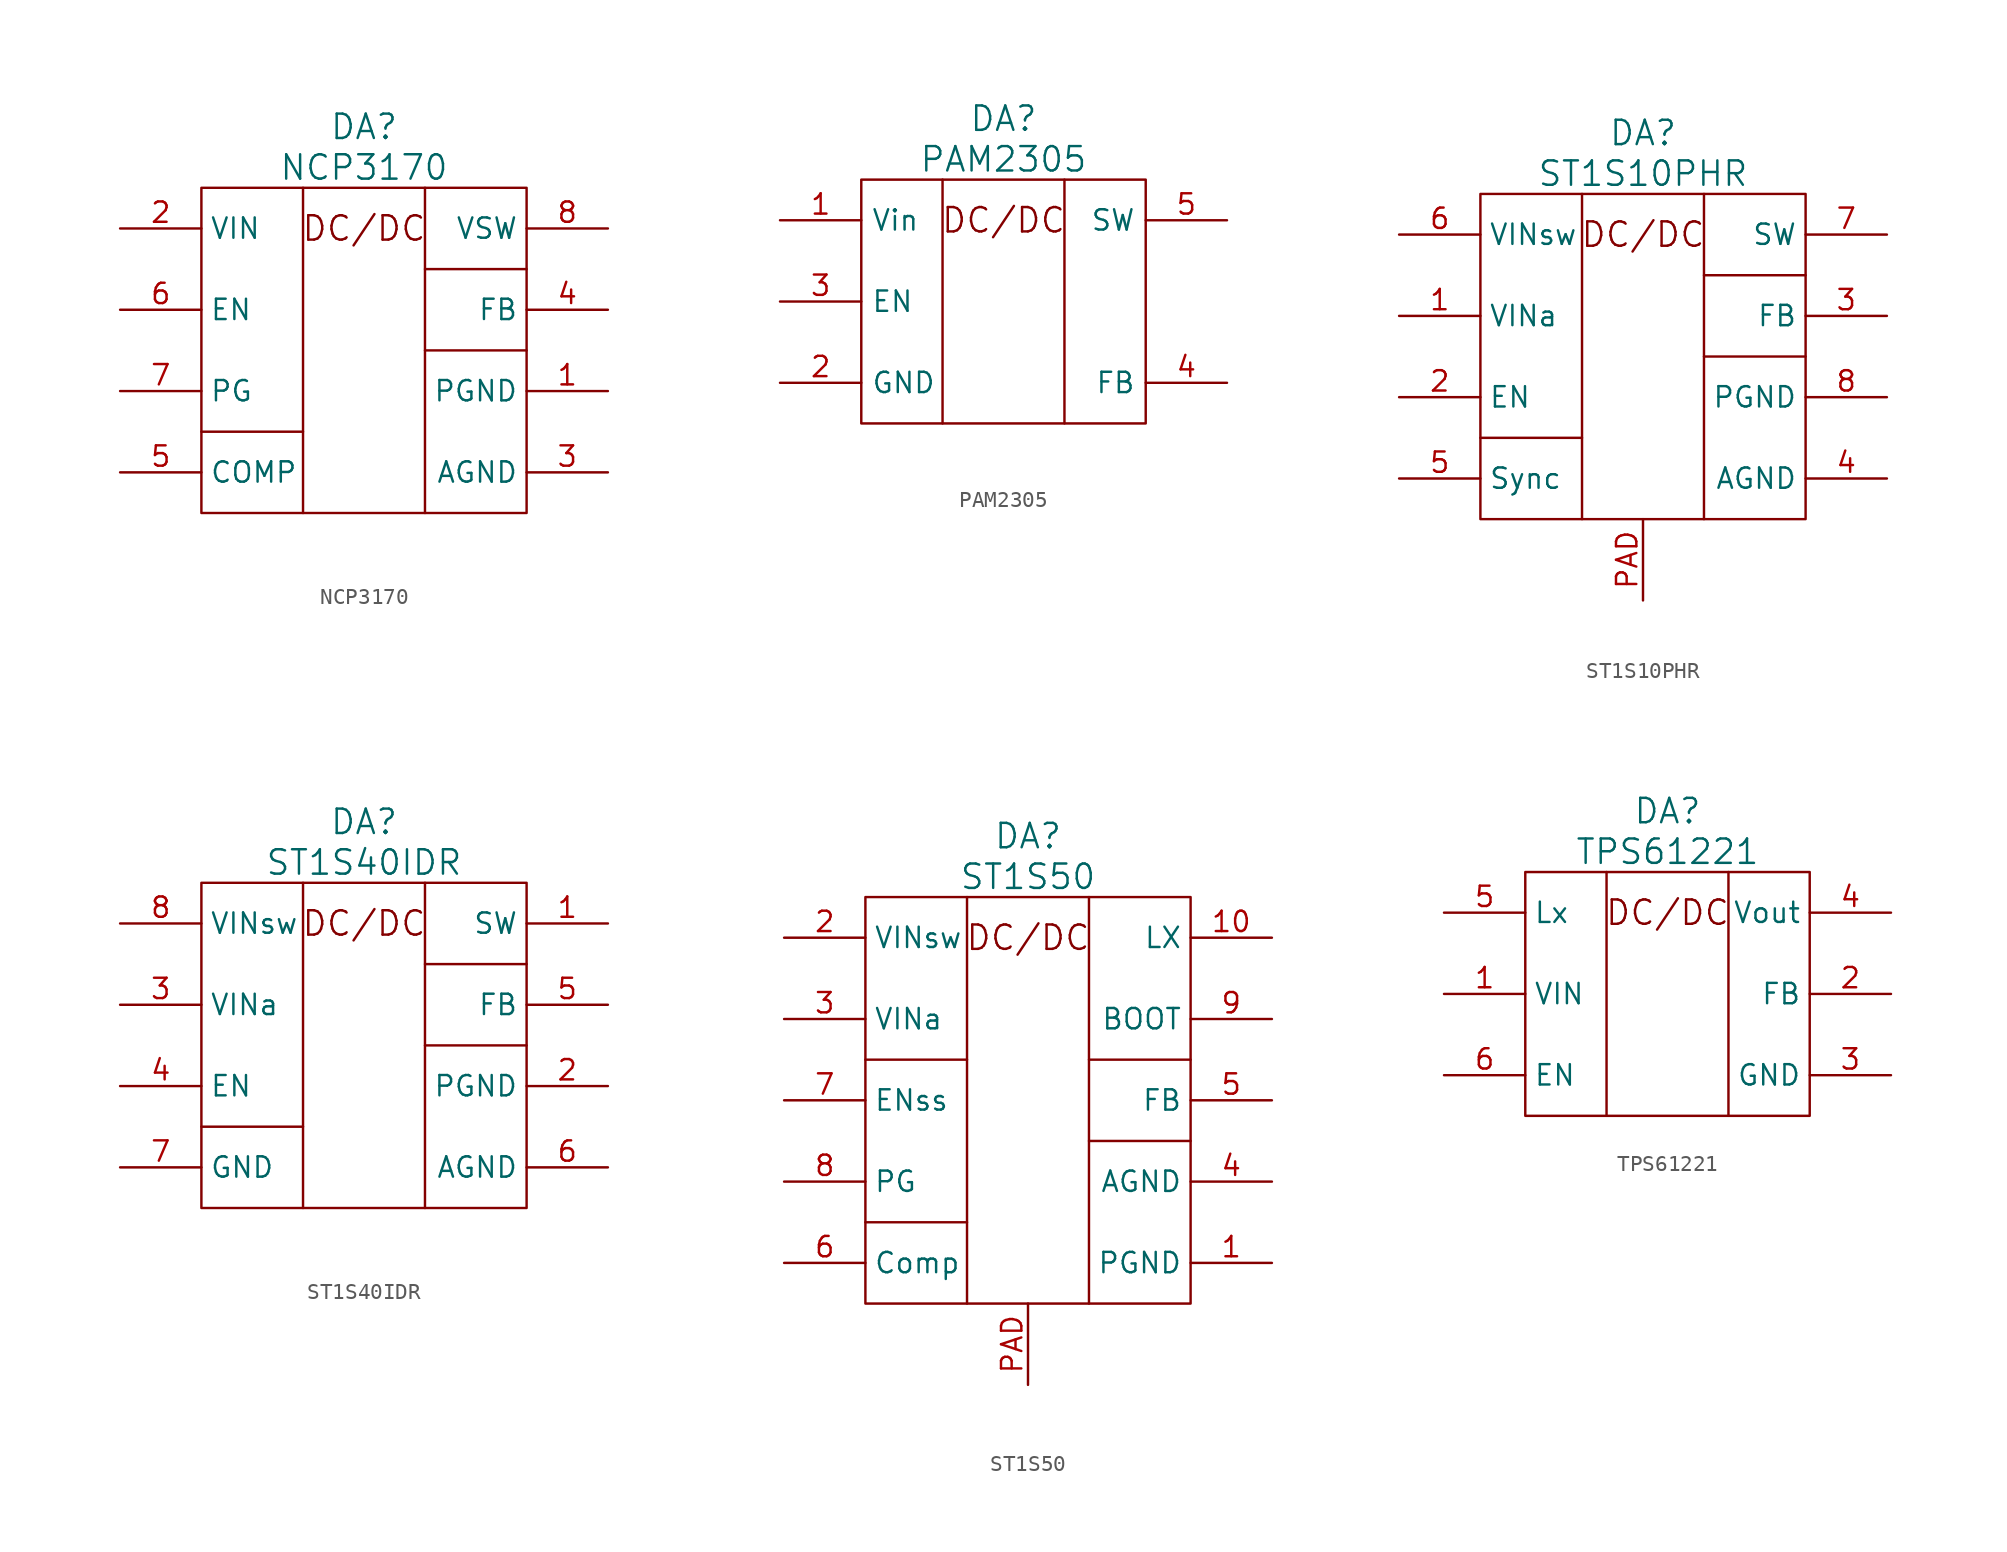
<source format=kicad_sym>
(kicad_symbol_lib
  (version 20220914)
  (generator kicad_symbol_editor)
  (symbol "NCP3170"
    (property "Reference" "DA"
      (at 0 13.97 0)
      (effects (font (size 1.524 1.524))))
    (property "Value" "NCP3170"
      (at 0 11.43 0)
      (effects (font (size 1.524 1.524))))
    (property "Datasheet" ""
      (at 0 -11.43 0)
      (effects (font (size 1.524 1.524))))
    (symbol "NCP3170_0_0"
      (text "DC/DC" (at 0 7.62 0) (effects (font (size 1.524 1.524)))))
    (symbol "NCP3170_0_1"
      (rectangle (start -10.16 10.16) (end 10.16 -10.16) (stroke (width 0) (type solid)) (fill (type none)))
      (polyline (pts (xy -10.16 -5.08) (xy -3.81 -5.08)) (stroke (width 0) (type solid)) (fill (type none)))
      (polyline (pts (xy 3.81 0) (xy 10.16 0)) (stroke (width 0) (type solid)) (fill (type none)))
      (polyline (pts (xy -3.81 10.16) (xy -3.81 -3.81) (xy -3.81 -10.16)) (stroke (width 0) (type solid)) (fill (type none)))
      (polyline (pts (xy 10.16 5.08) (xy 3.81 5.08) (xy 3.81 5.08)) (stroke (width 0) (type solid)) (fill (type none)))
      (polyline (pts (xy 3.81 -10.16) (xy 3.81 10.16) (xy 3.81 10.16) (xy 3.81 10.16)) (stroke (width 0) (type solid)) (fill (type none))))
    (symbol "NCP3170_1_1"
      (pin power_in line (at 15.24 -2.54 180) (length 5.08) (name "PGND" (effects (font (size 1.27 1.27)))) (number "1" (effects (font (size 1.27 1.27)))))
      (pin power_in line (at -15.24 7.62 0) (length 5.08) (name "VIN" (effects (font (size 1.27 1.27)))) (number "2" (effects (font (size 1.27 1.27)))))
      (pin power_in line (at 15.24 -7.62 180) (length 5.08) (name "AGND" (effects (font (size 1.27 1.27)))) (number "3" (effects (font (size 1.27 1.27)))))
      (pin passive line (at 15.24 2.54 180) (length 5.08) (name "FB" (effects (font (size 1.27 1.27)))) (number "4" (effects (font (size 1.27 1.27)))))
      (pin passive line (at -15.24 -7.62 0) (length 5.08) (name "COMP" (effects (font (size 1.27 1.27)))) (number "5" (effects (font (size 1.27 1.27)))))
      (pin input line (at -15.24 2.54 0) (length 5.08) (name "EN" (effects (font (size 1.27 1.27)))) (number "6" (effects (font (size 1.27 1.27)))))
      (pin passive line (at -15.24 -2.54 0) (length 5.08) (name "PG" (effects (font (size 1.27 1.27)))) (number "7" (effects (font (size 1.27 1.27)))))
      (pin power_out line (at 15.24 7.62 180) (length 5.08) (name "VSW" (effects (font (size 1.27 1.27)))) (number "8" (effects (font (size 1.27 1.27)))))))
  (symbol "PAM2305"
    (pin_names
      (offset 0.61))
    (property "Reference" "DA"
      (at 0 11.43 0)
      (effects (font (size 1.524 1.524))))
    (property "Value" "PAM2305"
      (at 0 8.89 0)
      (effects (font (size 1.524 1.524))))
    (property "Datasheet" ""
      (at 0 -8.89 0)
      (effects (font (size 1.524 1.524))))
    (symbol "PAM2305_0_0"
      (text "DC/DC" (at 0 5.08 0) (effects (font (size 1.524 1.524)))))
    (symbol "PAM2305_0_1"
      (rectangle (start -8.89 7.62) (end 8.89 -7.62) (stroke (width 0) (type solid)) (fill (type none)))
      (polyline (pts (xy -3.81 7.62) (xy -3.81 -1.27) (xy -3.81 -7.62)) (stroke (width 0) (type solid)) (fill (type none)))
      (polyline (pts (xy 3.81 -7.62) (xy 3.81 7.62) (xy 3.81 7.62) (xy 3.81 7.62)) (stroke (width 0) (type solid)) (fill (type none))))
    (symbol "PAM2305_1_1"
      (pin power_in line (at -13.97 5.08 0) (length 5.08) (name "Vin" (effects (font (size 1.27 1.27)))) (number "1" (effects (font (size 1.27 1.27)))))
      (pin power_in line (at -13.97 -5.08 0) (length 5.08) (name "GND" (effects (font (size 1.27 1.27)))) (number "2" (effects (font (size 1.27 1.27)))))
      (pin passive line (at -13.97 0 0) (length 5.08) (name "EN" (effects (font (size 1.27 1.27)))) (number "3" (effects (font (size 1.27 1.27)))))
      (pin passive line (at 13.97 -5.08 180) (length 5.08) (name "FB" (effects (font (size 1.27 1.27)))) (number "4" (effects (font (size 1.27 1.27)))))
      (pin power_out line (at 13.97 5.08 180) (length 5.08) (name "SW" (effects (font (size 1.27 1.27)))) (number "5" (effects (font (size 1.27 1.27)))))))
  (symbol "ST1S10PHR"
    (property "Reference" "DA"
      (at 0 13.97 0)
      (effects (font (size 1.524 1.524))))
    (property "Value" "ST1S10PHR"
      (at 0 11.43 0)
      (effects (font (size 1.524 1.524))))
    (property "Datasheet" ""
      (at 6.35 -11.43 0)
      (effects (font (size 1.524 1.524))))
    (symbol "ST1S10PHR_0_0"
      (text "DC/DC" (at 0 7.62 0) (effects (font (size 1.524 1.524)))))
    (symbol "ST1S10PHR_0_1"
      (rectangle (start -10.16 10.16) (end 10.16 -10.16) (stroke (width 0) (type solid)) (fill (type none)))
      (polyline (pts (xy -10.16 -5.08) (xy -3.81 -5.08)) (stroke (width 0) (type solid)) (fill (type none)))
      (polyline (pts (xy 3.81 0) (xy 10.16 0)) (stroke (width 0) (type solid)) (fill (type none)))
      (polyline (pts (xy -3.81 10.16) (xy -3.81 -3.81) (xy -3.81 -10.16)) (stroke (width 0) (type solid)) (fill (type none)))
      (polyline (pts (xy 10.16 5.08) (xy 3.81 5.08) (xy 3.81 5.08)) (stroke (width 0) (type solid)) (fill (type none)))
      (polyline (pts (xy 3.81 -10.16) (xy 3.81 10.16) (xy 3.81 10.16) (xy 3.81 10.16)) (stroke (width 0) (type solid)) (fill (type none))))
    (symbol "ST1S10PHR_1_1"
      (pin power_in line (at -15.24 2.54 0) (length 5.08) (name "VINa" (effects (font (size 1.27 1.27)))) (number "1" (effects (font (size 1.27 1.27)))))
      (pin input line (at -15.24 -2.54 0) (length 5.08) (name "EN" (effects (font (size 1.27 1.27)))) (number "2" (effects (font (size 1.27 1.27)))))
      (pin passive line (at 15.24 2.54 180) (length 5.08) (name "FB" (effects (font (size 1.27 1.27)))) (number "3" (effects (font (size 1.27 1.27)))))
      (pin power_in line (at 15.24 -7.62 180) (length 5.08) (name "AGND" (effects (font (size 1.27 1.27)))) (number "4" (effects (font (size 1.27 1.27)))))
      (pin passive line (at -15.24 -7.62 0) (length 5.08) (name "Sync" (effects (font (size 1.27 1.27)))) (number "5" (effects (font (size 1.27 1.27)))))
      (pin power_in line (at -15.24 7.62 0) (length 5.08) (name "VINsw" (effects (font (size 1.27 1.27)))) (number "6" (effects (font (size 1.27 1.27)))))
      (pin power_out line (at 15.24 7.62 180) (length 5.08) (name "SW" (effects (font (size 1.27 1.27)))) (number "7" (effects (font (size 1.27 1.27)))))
      (pin power_in line (at 15.24 -2.54 180) (length 5.08) (name "PGND" (effects (font (size 1.27 1.27)))) (number "8" (effects (font (size 1.27 1.27)))))
      (pin power_in line (at 0 -15.24 90) (length 5.08) (name "~" (effects (font (size 1.27 1.27)))) (number "PAD" (effects (font (size 1.27 1.27)))))))
  (symbol "ST1S40IDR"
    (property "Reference" "DA"
      (at 0 13.97 0)
      (effects (font (size 1.524 1.524))))
    (property "Value" "ST1S40IDR"
      (at 0 11.43 0)
      (effects (font (size 1.524 1.524))))
    (property "Datasheet" ""
      (at 6.35 -11.43 0)
      (effects (font (size 1.524 1.524))))
    (symbol "ST1S40IDR_0_0"
      (text "DC/DC" (at 0 7.62 0) (effects (font (size 1.524 1.524)))))
    (symbol "ST1S40IDR_0_1"
      (rectangle (start -10.16 10.16) (end 10.16 -10.16) (stroke (width 0) (type solid)) (fill (type none)))
      (polyline (pts (xy -10.16 -5.08) (xy -3.81 -5.08)) (stroke (width 0) (type solid)) (fill (type none)))
      (polyline (pts (xy 3.81 0) (xy 10.16 0)) (stroke (width 0) (type solid)) (fill (type none)))
      (polyline (pts (xy -3.81 10.16) (xy -3.81 -3.81) (xy -3.81 -10.16)) (stroke (width 0) (type solid)) (fill (type none)))
      (polyline (pts (xy 10.16 5.08) (xy 3.81 5.08) (xy 3.81 5.08)) (stroke (width 0) (type solid)) (fill (type none)))
      (polyline (pts (xy 3.81 -10.16) (xy 3.81 10.16) (xy 3.81 10.16) (xy 3.81 10.16)) (stroke (width 0) (type solid)) (fill (type none))))
    (symbol "ST1S40IDR_1_1"
      (pin power_out line (at 15.24 7.62 180) (length 5.08) (name "SW" (effects (font (size 1.27 1.27)))) (number "1" (effects (font (size 1.27 1.27)))))
      (pin power_in line (at 15.24 -2.54 180) (length 5.08) (name "PGND" (effects (font (size 1.27 1.27)))) (number "2" (effects (font (size 1.27 1.27)))))
      (pin power_in line (at -15.24 2.54 0) (length 5.08) (name "VINa" (effects (font (size 1.27 1.27)))) (number "3" (effects (font (size 1.27 1.27)))))
      (pin input line (at -15.24 -2.54 0) (length 5.08) (name "EN" (effects (font (size 1.27 1.27)))) (number "4" (effects (font (size 1.27 1.27)))))
      (pin passive line (at 15.24 2.54 180) (length 5.08) (name "FB" (effects (font (size 1.27 1.27)))) (number "5" (effects (font (size 1.27 1.27)))))
      (pin power_in line (at 15.24 -7.62 180) (length 5.08) (name "AGND" (effects (font (size 1.27 1.27)))) (number "6" (effects (font (size 1.27 1.27)))))
      (pin passive line (at -15.24 -7.62 0) (length 5.08) (name "GND" (effects (font (size 1.27 1.27)))) (number "7" (effects (font (size 1.27 1.27)))))
      (pin power_in line (at -15.24 7.62 0) (length 5.08) (name "VINsw" (effects (font (size 1.27 1.27)))) (number "8" (effects (font (size 1.27 1.27)))))))
  (symbol "ST1S50"
    (property "Reference" "DA"
      (at 0 13.97 0)
      (effects (font (size 1.524 1.524))))
    (property "Value" "ST1S50"
      (at 0 11.43 0)
      (effects (font (size 1.524 1.524))))
    (property "Datasheet" ""
      (at 6.35 -11.43 0)
      (effects (font (size 1.524 1.524))))
    (symbol "ST1S50_0_0"
      (text "DC/DC" (at 0 7.62 0) (effects (font (size 1.524 1.524)))))
    (symbol "ST1S50_0_1"
      (rectangle (start -10.16 10.16) (end 10.16 -15.24) (stroke (width 0) (type solid)) (fill (type none)))
      (polyline (pts (xy -10.16 -10.16) (xy -3.81 -10.16)) (stroke (width 0) (type solid)) (fill (type none)))
      (polyline (pts (xy -10.16 0) (xy -3.81 0)) (stroke (width 0) (type solid)) (fill (type none)))
      (polyline (pts (xy 3.81 -5.08) (xy 10.16 -5.08)) (stroke (width 0) (type solid)) (fill (type none)))
      (polyline (pts (xy -3.81 10.16) (xy -3.81 -3.81) (xy -3.81 -15.24)) (stroke (width 0) (type solid)) (fill (type none)))
      (polyline (pts (xy 10.16 0) (xy 3.81 0) (xy 3.81 0)) (stroke (width 0) (type solid)) (fill (type none)))
      (polyline (pts (xy 3.81 -15.24) (xy 3.81 10.16) (xy 3.81 10.16) (xy 3.81 10.16)) (stroke (width 0) (type solid)) (fill (type none))))
    (symbol "ST1S50_1_1"
      (pin power_in line (at 15.24 -12.7 180) (length 5.08) (name "PGND" (effects (font (size 1.27 1.27)))) (number "1" (effects (font (size 1.27 1.27)))))
      (pin power_out line (at 15.24 7.62 180) (length 5.08) (name "LX" (effects (font (size 1.27 1.27)))) (number "10" (effects (font (size 1.27 1.27)))))
      (pin power_in line (at -15.24 7.62 0) (length 5.08) (name "VINsw" (effects (font (size 1.27 1.27)))) (number "2" (effects (font (size 1.27 1.27)))))
      (pin power_in line (at -15.24 2.54 0) (length 5.08) (name "VINa" (effects (font (size 1.27 1.27)))) (number "3" (effects (font (size 1.27 1.27)))))
      (pin power_in line (at 15.24 -7.62 180) (length 5.08) (name "AGND" (effects (font (size 1.27 1.27)))) (number "4" (effects (font (size 1.27 1.27)))))
      (pin passive line (at 15.24 -2.54 180) (length 5.08) (name "FB" (effects (font (size 1.27 1.27)))) (number "5" (effects (font (size 1.27 1.27)))))
      (pin passive line (at -15.24 -12.7 0) (length 5.08) (name "Comp" (effects (font (size 1.27 1.27)))) (number "6" (effects (font (size 1.27 1.27)))))
      (pin input line (at -15.24 -2.54 0) (length 5.08) (name "ENss" (effects (font (size 1.27 1.27)))) (number "7" (effects (font (size 1.27 1.27)))))
      (pin open_collector line (at -15.24 -7.62 0) (length 5.08) (name "PG" (effects (font (size 1.27 1.27)))) (number "8" (effects (font (size 1.27 1.27)))))
      (pin passive line (at 15.24 2.54 180) (length 5.08) (name "BOOT" (effects (font (size 1.27 1.27)))) (number "9" (effects (font (size 1.27 1.27)))))
      (pin power_in line (at 0 -20.32 90) (length 5.08) (name "~" (effects (font (size 1.27 1.27)))) (number "PAD" (effects (font (size 1.27 1.27)))))))
  (symbol "TPS61221"
    (property "Reference" "DA"
      (at 0 11.43 0)
      (effects (font (size 1.524 1.524))))
    (property "Value" "TPS61221"
      (at 0 8.89 0)
      (effects (font (size 1.524 1.524))))
    (property "Datasheet" ""
      (at 0 -3.81 0)
      (effects (font (size 1.524 1.524))))
    (symbol "TPS61221_0_0"
      (text "DC/DC" (at 0 5.08 0) (effects (font (size 1.524 1.524)))))
    (symbol "TPS61221_0_1"
      (rectangle (start -8.89 7.62) (end 8.89 -7.62) (stroke (width 0) (type solid)) (fill (type none)))
      (polyline (pts (xy -3.81 7.62) (xy -3.81 -1.27) (xy -3.81 -7.62)) (stroke (width 0) (type solid)) (fill (type none)))
      (polyline (pts (xy 3.81 -7.62) (xy 3.81 7.62) (xy 3.81 7.62) (xy 3.81 7.62)) (stroke (width 0) (type solid)) (fill (type none))))
    (symbol "TPS61221_1_1"
      (pin power_in line (at -13.97 0 0) (length 5.08) (name "VIN" (effects (font (size 1.27 1.27)))) (number "1" (effects (font (size 1.27 1.27)))))
      (pin passive line (at 13.97 0 180) (length 5.08) (name "FB" (effects (font (size 1.27 1.27)))) (number "2" (effects (font (size 1.27 1.27)))))
      (pin power_in line (at 13.97 -5.08 180) (length 5.08) (name "GND" (effects (font (size 1.27 1.27)))) (number "3" (effects (font (size 1.27 1.27)))))
      (pin power_out line (at 13.97 5.08 180) (length 5.08) (name "Vout" (effects (font (size 1.27 1.27)))) (number "4" (effects (font (size 1.27 1.27)))))
      (pin passive line (at -13.97 5.08 0) (length 5.08) (name "Lx" (effects (font (size 1.27 1.27)))) (number "5" (effects (font (size 1.27 1.27)))))
      (pin passive line (at -13.97 -5.08 0) (length 5.08) (name "EN" (effects (font (size 1.27 1.27)))) (number "6" (effects (font (size 1.27 1.27))))))))
</source>
